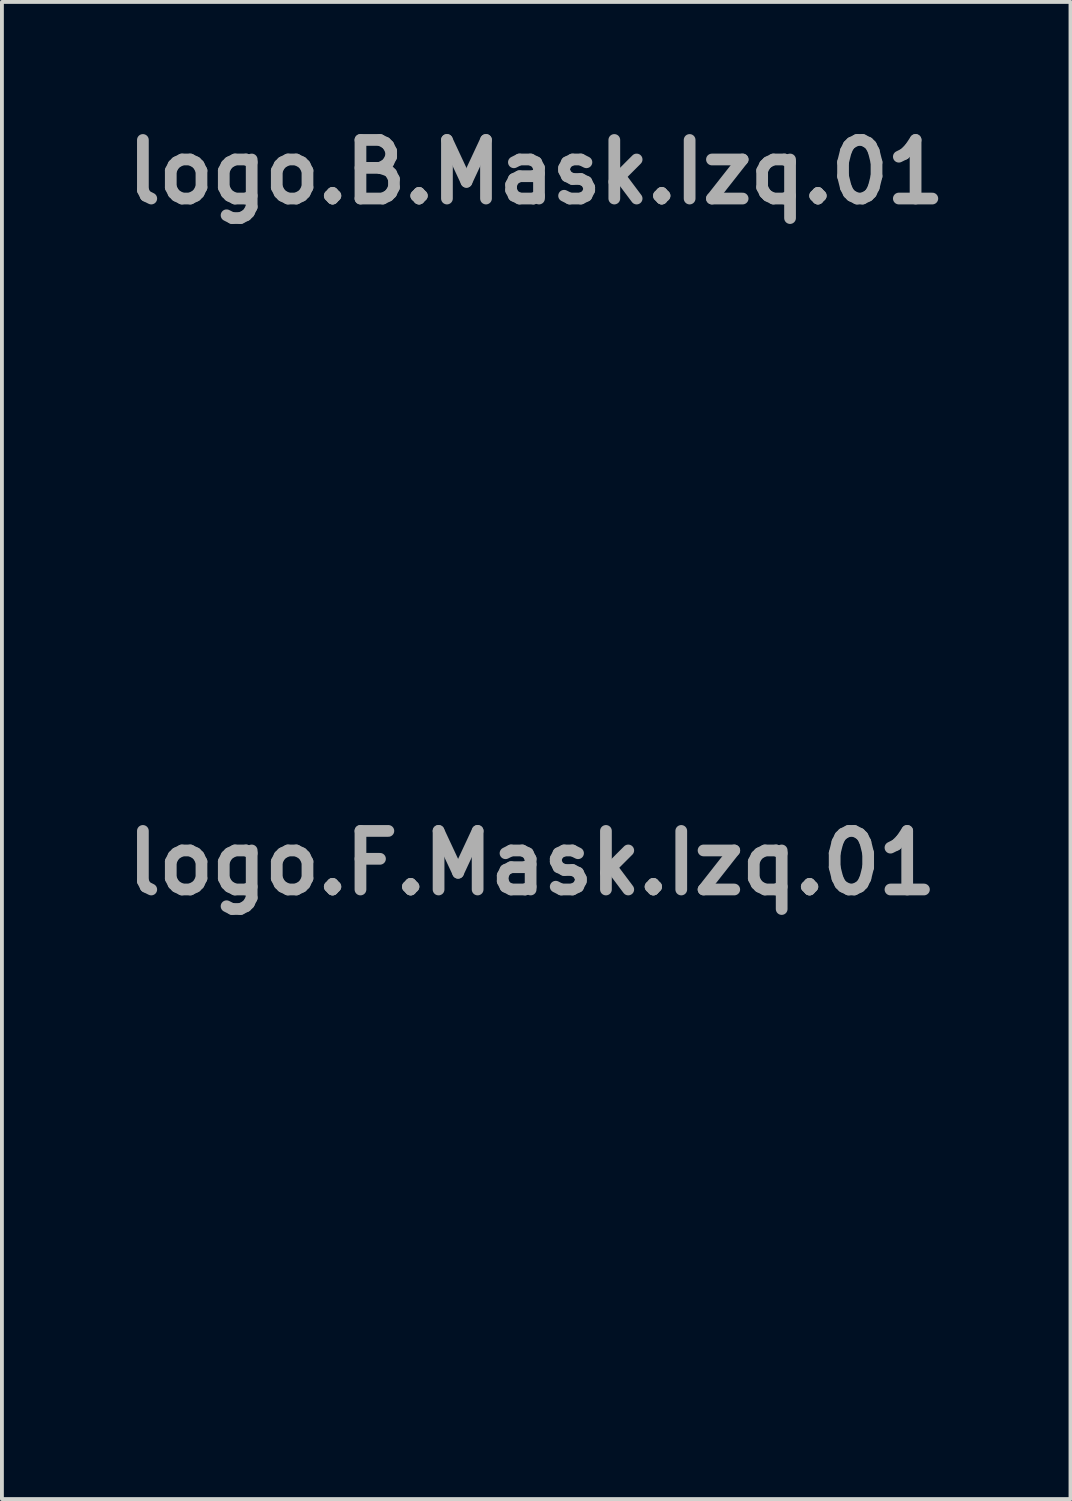
<source format=kicad_pcb>
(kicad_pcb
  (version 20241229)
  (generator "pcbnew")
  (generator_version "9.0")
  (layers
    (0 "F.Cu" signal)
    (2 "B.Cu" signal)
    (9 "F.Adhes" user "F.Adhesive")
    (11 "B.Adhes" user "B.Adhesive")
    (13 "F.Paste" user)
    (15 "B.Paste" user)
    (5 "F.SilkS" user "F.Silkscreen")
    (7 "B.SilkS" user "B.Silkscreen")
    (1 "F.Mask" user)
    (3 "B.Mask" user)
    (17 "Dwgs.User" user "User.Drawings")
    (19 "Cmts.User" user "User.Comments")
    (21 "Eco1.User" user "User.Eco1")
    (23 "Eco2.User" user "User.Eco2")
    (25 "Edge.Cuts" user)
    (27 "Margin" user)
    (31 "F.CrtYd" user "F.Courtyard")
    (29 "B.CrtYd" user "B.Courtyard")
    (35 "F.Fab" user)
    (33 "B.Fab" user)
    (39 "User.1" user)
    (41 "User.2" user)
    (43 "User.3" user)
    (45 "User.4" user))
  (footprint "logo.F.Mask.Izq.01"
    (layer "F.Cu")
    (at 10.791 27.667)
    (property "Reference" "logo.F.Mask.Izq.01" (at 0 -8.265 0) (layer "F.Fab") (effects (font (size 1.524 1.524) (thickness 0.305))))
    (attr smd)
    (fp_poly (pts (xy -1.987 5.085) (xy -2.551 4.943) (xy -3.405 1.006) (xy -3.228 1.006) (xy -3.052 1.006) (xy -2.876 1.006) (xy -2.699 1.006) (xy -2.523 1.006) (xy -2.346 1.006) (xy -2.17 1.006) (xy -1.994 1.006) (xy -1.817 1.006) (xy -1.641 1.006) (xy -1.464 1.006) (xy -1.288 1.006) (xy -1.112 1.006) (xy -0.935 1.006) (xy -0.759 1.006) (xy -0.583 1.006) (xy -0.406 1.006) (xy -0.23 1.006) (xy -0.053 1.006) (xy 0.123 1.006) (xy 0.299 1.006) (xy 0.476 1.006) (xy 0.652 1.006) (xy 0.829 1.006) (xy 1.005 1.006) (xy 1.181 1.006) (xy 1.358 1.006) (xy 1.534 1.006) (xy 1.711 1.006) (xy 1.887 1.006) (xy 2.063 1.006) (xy 2.24 1.006) (xy 2.24 0.939) (xy 2.24 0.873) (xy 2.24 0.807) (xy 2.24 0.741) (xy 2.24 0.675) (xy 2.24 0.609) (xy 2.24 0.542) (xy 2.24 0.476) (xy 2.24 0.41) (xy 2.24 0.344) (xy 2.24 0.278) (xy 2.24 0.212) (xy 2.24 0.146) (xy 2.24 0.079) (xy 2.24 0.013) (xy 2.24 -0.053) (xy 2.24 -0.119) (xy 2.24 -0.185) (xy 2.24 -0.251) (xy 2.24 -0.317) (xy 2.24 -0.384) (xy 2.24 -0.45) (xy 2.24 -0.516) (xy 2.24 -0.582) (xy 2.24 -0.648) (xy 2.24 -0.714) (xy 2.24 -0.78) (xy 2.24 -0.847) (xy 2.24 -0.913) (xy 2.24 -0.979) (xy 2.24 -1.045) (xy 2.24 -1.111) (xy 2.063 -1.111) (xy 1.887 -1.111) (xy 1.711 -1.111) (xy 1.534 -1.111) (xy 1.358 -1.111) (xy 1.181 -1.111) (xy 1.005 -1.111) (xy 0.829 -1.111) (xy 0.652 -1.111) (xy 0.476 -1.111) (xy 0.299 -1.111) (xy 0.123 -1.111) (xy -0.053 -1.111) (xy -0.23 -1.111) (xy -0.406 -1.111) (xy -0.583 -1.111) (xy -0.759 -1.111) (xy -0.935 -1.111) (xy -1.112 -1.111) (xy -1.288 -1.111) (xy -1.464 -1.111) (xy -1.641 -1.111) (xy -1.817 -1.111) (xy -1.994 -1.111) (xy -2.17 -1.111) (xy -2.346 -1.111) (xy -2.523 -1.111) (xy -2.699 -1.111) (xy -2.876 -1.111) (xy -3.052 -1.111) (xy -3.228 -1.111) (xy -3.405 -1.111) (xy -3.405 -1.045) (xy -3.405 -0.979) (xy -3.405 -0.913) (xy -3.405 -0.847) (xy -3.405 -0.78) (xy -3.405 -0.714) (xy -3.405 -0.648) (xy -3.405 -0.582) (xy -3.405 -0.516) (xy -3.405 -0.45) (xy -3.405 -0.384) (xy -3.405 -0.317) (xy -3.405 -0.251) (xy -3.405 -0.185) (xy -3.405 -0.119) (xy -3.405 -0.053) (xy -3.405 0.013) (xy -3.405 0.079) (xy -3.405 0.146) (xy -3.405 0.212) (xy -3.405 0.278) (xy -3.405 0.344) (xy -3.405 0.41) (xy -3.405 0.476) (xy -3.405 0.542) (xy -3.405 0.609) (xy -3.405 0.675) (xy -3.405 0.741) (xy -3.405 0.807) (xy -3.405 0.873) (xy -3.405 0.939) (xy -3.405 1.006) (xy -2.551 4.943) (xy -3.085 4.748) (xy -3.587 4.502) (xy -4.055 4.21) (xy -4.486 3.876) (xy -4.878 3.503) (xy -5.229 3.096) (xy -5.535 2.658) (xy -5.795 2.193) (xy -6.006 1.705) (xy -6.166 1.199) (xy -6.272 0.677) (xy -6.321 0.144) (xy -6.312 -0.396) (xy -6.241 -0.939) (xy -6.107 -1.482) (xy -5.959 -1.904) (xy -5.78 -2.304) (xy -5.573 -2.682) (xy -5.338 -3.037) (xy -5.076 -3.368) (xy -4.79 -3.675) (xy -4.478 -3.957) (xy -4.144 -4.212) (xy -3.788 -4.441) (xy -3.412 -4.642) (xy -3.015 -4.814) (xy -2.601 -4.957) (xy -2.169 -5.069) (xy -1.722 -5.151) (xy -1.259 -5.2) (xy -0.783 -5.217) (xy -0.332 -5.202) (xy 0.112 -5.155) (xy 0.547 -5.077) (xy 0.975 -4.967) (xy 1.396 -4.825) (xy 1.809 -4.651) (xy 2.216 -4.446) (xy 2.617 -4.208) (xy 3.011 -3.937) (xy 3.399 -3.634) (xy 3.781 -3.299) (xy 4.158 -2.93) (xy 4.529 -2.529) (xy 4.895 -2.094) (xy 5.256 -1.626) (xy 5.613 -1.124) (xy 5.658 -1.059) (xy 5.702 -0.994) (xy 5.747 -0.928) (xy 5.792 -0.863) (xy 5.836 -0.798) (xy 5.881 -0.732) (xy 5.926 -0.667) (xy 5.97 -0.602) (xy 6.015 -0.536) (xy 6.06 -0.471) (xy 6.104 -0.406) (xy 6.149 -0.341) (xy 6.194 -0.275) (xy 6.238 -0.21) (xy 6.283 -0.145) (xy 6.328 -0.079) (xy 6.309 -0.048) (xy 6.29 -0.016) (xy 6.271 0.016) (xy 6.252 0.048) (xy 6.233 0.079) (xy 6.214 0.111) (xy 6.195 0.143) (xy 6.176 0.174) (xy 6.157 0.206) (xy 6.138 0.238) (xy 6.119 0.269) (xy 6.1 0.301) (xy 6.081 0.333) (xy 6.062 0.364) (xy 6.043 0.396) (xy 6.023 0.428) (xy 5.735 0.887) (xy 5.431 1.329) (xy 5.113 1.752) (xy 4.782 2.156) (xy 4.439 2.539) (xy 4.087 2.9) (xy 3.725 3.239) (xy 3.356 3.555) (xy 2.98 3.845) (xy 2.599 4.11) (xy 2.214 4.348) (xy 1.827 4.557) (xy 1.439 4.738) (xy 1.051 4.889) (xy 0.664 5.009) (xy 0.28 5.097) (xy 0.12 5.126) (xy -0.032 5.15) (xy -0.179 5.171) (xy -0.319 5.188) (xy -0.456 5.201) (xy -0.589 5.21) (xy -0.721 5.216) (xy -0.851 5.217) (xy -0.981 5.214) (xy -1.113 5.208) (xy -1.247 5.197) (xy -1.384 5.183) (xy -1.525 5.164) (xy -1.672 5.142) (xy -1.826 5.115) (xy -1.987 5.085) (xy -1.987 5.085) (xy -1.987 5.085) (xy -1.987 5.085) (xy -1.987 5.085) (xy -1.987 5.085)) (stroke (width 0.133) (type solid)) (fill yes) (layer "F.Mask")))
  (footprint "logo.B.Mask.Izq.01"
    (layer "F.Cu")
    (at 10.9 9.691)
    (property "Reference" "logo.B.Mask.Izq.01" (at 0 -8.265 0) (layer "F.Fab") (effects (font (size 1.524 1.524) (thickness 0.305))))
    (attr smd)
    (fp_poly (pts (xy -1.989 5.085) (xy -2.061 5.07) (xy -2.132 5.055) (xy -2.203 5.038) (xy -2.274 5.021) (xy -2.344 5.003) (xy -2.414 4.984) (xy -2.483 4.964) (xy -2.552 4.943) (xy -2.621 4.922) (xy -2.689 4.899) (xy -2.756 4.876) (xy -2.823 4.852) (xy -2.89 4.827) (xy -2.956 4.801) (xy -3.021 4.775) (xy -3.086 4.748) (xy -3.151 4.72) (xy -3.215 4.691) (xy -3.279 4.661) (xy -3.342 4.631) (xy -3.404 4.6) (xy -3.466 4.568) (xy -3.528 4.535) (xy -3.589 4.502) (xy -3.649 4.468) (xy -3.709 4.433) (xy -3.768 4.398) (xy -3.827 4.362) (xy -3.885 4.325) (xy -3.943 4.287) (xy -4 4.249) (xy -4.057 4.21) (xy -4.113 4.171) (xy -4.168 4.13) (xy -4.223 4.089) (xy -4.277 4.048) (xy -4.331 4.006) (xy -4.384 3.963) (xy -4.436 3.92) (xy -4.488 3.876) (xy -4.539 3.831) (xy -4.59 3.786) (xy -4.64 3.74) (xy -4.689 3.694) (xy -4.738 3.647) (xy -4.786 3.6) (xy -4.833 3.552) (xy -4.88 3.503) (xy -4.926 3.454) (xy -4.972 3.404) (xy -5.017 3.354) (xy -5.061 3.303) (xy -5.104 3.252) (xy -5.147 3.201) (xy -5.189 3.148) (xy -5.231 3.096) (xy -5.271 3.043) (xy -5.311 2.989) (xy -5.351 2.935) (xy -5.389 2.88) (xy -5.427 2.825) (xy -5.465 2.77) (xy -5.501 2.714) (xy -5.537 2.658) (xy -5.572 2.601) (xy -5.606 2.544) (xy -5.64 2.486) (xy -5.673 2.428) (xy -5.705 2.37) (xy -5.736 2.311) (xy -5.767 2.252) (xy -5.797 2.193) (xy -5.826 2.133) (xy -5.854 2.073) (xy -5.882 2.013) (xy -5.909 1.952) (xy -5.935 1.891) (xy -5.96 1.829) (xy -5.984 1.767) (xy -6.008 1.705) (xy -6.031 1.643) (xy -6.053 1.58) (xy -6.074 1.517) (xy -6.094 1.454) (xy -6.114 1.391) (xy -6.133 1.327) (xy -6.15 1.263) (xy -6.167 1.199) (xy -6.184 1.134) (xy -6.199 1.07) (xy -6.214 1.005) (xy -6.227 0.94) (xy -6.24 0.874) (xy -6.252 0.809) (xy -6.263 0.743) (xy -6.273 0.677) (xy -6.283 0.611) (xy -6.291 0.545) (xy -6.298 0.478) (xy -6.305 0.412) (xy -6.311 0.345) (xy -6.316 0.278) (xy -6.32 0.211) (xy -6.323 0.144) (xy -6.325 0.077) (xy -6.326 0.01) (xy -6.326 -0.058) (xy -6.325 -0.125) (xy -6.324 -0.193) (xy -6.321 -0.26) (xy -6.318 -0.328) (xy -6.313 -0.396) (xy -6.308 -0.464) (xy -6.302 -0.532) (xy -6.294 -0.599) (xy -6.286 -0.667) (xy -6.277 -0.735) (xy -6.266 -0.803) (xy -6.255 -0.871) (xy -6.243 -0.939) (xy -6.23 -1.007) (xy -6.215 -1.075) (xy -6.2 -1.143) (xy -6.184 -1.211) (xy -6.167 -1.279) (xy -6.148 -1.347) (xy -6.129 -1.415) (xy -6.109 -1.482) (xy -6.092 -1.536) (xy -6.075 -1.59) (xy -6.057 -1.643) (xy -6.038 -1.696) (xy -6.02 -1.748) (xy -6 -1.8) (xy -5.981 -1.852) (xy -5.96 -1.904) (xy -5.94 -1.955) (xy -5.919 -2.006) (xy -5.897 -2.056) (xy -5.875 -2.106) (xy -5.852 -2.156) (xy -5.829 -2.206) (xy -5.806 -2.255) (xy -5.782 -2.304) (xy -5.758 -2.352) (xy -5.733 -2.4) (xy -5.708 -2.448) (xy -5.682 -2.495) (xy -5.656 -2.542) (xy -5.629 -2.589) (xy -5.602 -2.636) (xy -5.575 -2.682) (xy -5.547 -2.727) (xy -5.518 -2.772) (xy -5.49 -2.817) (xy -5.461 -2.862) (xy -5.431 -2.906) (xy -5.401 -2.95) (xy -5.371 -2.994) (xy -5.34 -3.037) (xy -5.308 -3.079) (xy -5.277 -3.122) (xy -5.245 -3.164) (xy -5.212 -3.205) (xy -5.179 -3.247) (xy -5.146 -3.288) (xy -5.112 -3.328) (xy -5.078 -3.368) (xy -5.044 -3.408) (xy -5.009 -3.447) (xy -4.973 -3.486) (xy -4.938 -3.525) (xy -4.902 -3.563) (xy -4.865 -3.601) (xy -4.828 -3.638) (xy -4.791 -3.675) (xy -4.754 -3.712) (xy -4.716 -3.748) (xy -4.677 -3.784) (xy -4.639 -3.819) (xy -4.599 -3.854) (xy -4.56 -3.889) (xy -4.52 -3.923) (xy -4.48 -3.957) (xy -4.44 -3.99) (xy -4.399 -4.023) (xy -4.357 -4.056) (xy -4.316 -4.088) (xy -4.274 -4.12) (xy -4.232 -4.151) (xy -4.189 -4.182) (xy -4.146 -4.212) (xy -4.103 -4.242) (xy -4.059 -4.272) (xy -4.015 -4.301) (xy -3.971 -4.33) (xy -3.926 -4.358) (xy -3.881 -4.386) (xy -3.836 -4.414) (xy -3.79 -4.441) (xy -3.744 -4.468) (xy -3.698 -4.494) (xy -3.651 -4.52) (xy -3.604 -4.545) (xy -3.557 -4.57) (xy -3.509 -4.594) (xy -3.461 -4.618) (xy -3.413 -4.642) (xy -3.365 -4.665) (xy -3.316 -4.687) (xy -3.267 -4.71) (xy -3.217 -4.731) (xy -3.168 -4.753) (xy -3.118 -4.774) (xy -3.068 -4.794) (xy -3.017 -4.814) (xy -2.966 -4.833) (xy -2.915 -4.852) (xy -2.864 -4.871) (xy -2.812 -4.889) (xy -2.76 -4.907) (xy -2.708 -4.924) (xy -2.655 -4.941) (xy -2.602 -4.957) (xy -2.549 -4.972) (xy -2.496 -4.988) (xy -2.443 -5.003) (xy -2.389 -5.017) (xy -2.335 -5.031) (xy -2.28 -5.044) (xy -2.226 -5.057) (xy -2.171 -5.069) (xy -2.116 -5.081) (xy -2.06 -5.093) (xy -2.005 -5.103) (xy -1.949 -5.114) (xy -1.893 -5.124) (xy -1.836 -5.133) (xy -1.78 -5.142) (xy -1.723 -5.151) (xy -1.666 -5.159) (xy -1.609 -5.166) (xy -1.551 -5.173) (xy -1.494 -5.179) (xy -1.436 -5.185) (xy -1.378 -5.191) (xy -1.319 -5.196) (xy -1.261 -5.2) (xy -1.202 -5.204) (xy -1.143 -5.207) (xy -1.084 -5.21) (xy -1.024 -5.213) (xy -0.965 -5.215) (xy -0.905 -5.216) (xy -0.845 -5.217) (xy -0.785 -5.217) (xy -0.728 -5.217) (xy -0.671 -5.216) (xy -0.614 -5.215) (xy -0.558 -5.213) (xy -0.502 -5.211) (xy -0.445 -5.208) (xy -0.389 -5.205) (xy -0.333 -5.202) (xy -0.277 -5.197) (xy -0.222 -5.193) (xy -0.166 -5.188) (xy -0.111 -5.182) (xy -0.055 -5.176) (xy -0.000182 -5.169) (xy 0.055 -5.162) (xy 0.11 -5.155) (xy 0.165 -5.147) (xy 0.219 -5.138) (xy 0.274 -5.129) (xy 0.329 -5.12) (xy 0.383 -5.11) (xy 0.437 -5.099) (xy 0.491 -5.088) (xy 0.545 -5.077) (xy 0.599 -5.065) (xy 0.653 -5.052) (xy 0.707 -5.039) (xy 0.76 -5.026) (xy 0.814 -5.012) (xy 0.867 -4.997) (xy 0.92 -4.982) (xy 0.973 -4.967) (xy 1.026 -4.951) (xy 1.079 -4.934) (xy 1.132 -4.917) (xy 1.185 -4.9) (xy 1.237 -4.882) (xy 1.29 -4.863) (xy 1.342 -4.844) (xy 1.394 -4.825) (xy 1.446 -4.805) (xy 1.498 -4.785) (xy 1.55 -4.764) (xy 1.602 -4.742) (xy 1.653 -4.72) (xy 1.705 -4.698) (xy 1.756 -4.675) (xy 1.808 -4.651) (xy 1.859 -4.627) (xy 1.91 -4.603) (xy 1.961 -4.578) (xy 2.012 -4.553) (xy 2.063 -4.527) (xy 2.114 -4.5) (xy 2.164 -4.473) (xy 2.215 -4.446) (xy 2.265 -4.418) (xy 2.315 -4.389) (xy 2.366 -4.36) (xy 2.416 -4.331) (xy 2.466 -4.301) (xy 2.516 -4.27) (xy 2.565 -4.239) (xy 2.615 -4.208) (xy 2.665 -4.176) (xy 2.714 -4.143) (xy 2.764 -4.11) (xy 2.813 -4.077) (xy 2.862 -4.042) (xy 2.911 -4.008) (xy 2.96 -3.973) (xy 3.009 -3.937) (xy 3.058 -3.901) (xy 3.107 -3.865) (xy 3.155 -3.828) (xy 3.204 -3.79) (xy 3.252 -3.752) (xy 3.301 -3.713) (xy 3.349 -3.674) (xy 3.397 -3.634) (xy 3.445 -3.594) (xy 3.493 -3.554) (xy 3.541 -3.512) (xy 3.589 -3.471) (xy 3.637 -3.428) (xy 3.684 -3.386) (xy 3.732 -3.342) (xy 3.779 -3.299) (xy 3.827 -3.254) (xy 3.874 -3.21) (xy 3.921 -3.164) (xy 3.968 -3.119) (xy 4.015 -3.072) (xy 4.062 -3.025) (xy 4.109 -2.978) (xy 4.156 -2.93) (xy 4.203 -2.882) (xy 4.249 -2.833) (xy 4.296 -2.783) (xy 4.342 -2.734) (xy 4.389 -2.683) (xy 4.435 -2.632) (xy 4.481 -2.581) (xy 4.527 -2.529) (xy 4.573 -2.476) (xy 4.619 -2.423) (xy 4.665 -2.37) (xy 4.711 -2.315) (xy 4.757 -2.261) (xy 4.802 -2.206) (xy 4.848 -2.15) (xy 4.893 -2.094) (xy 4.939 -2.037) (xy 4.984 -1.98) (xy 5.029 -1.922) (xy 5.075 -1.864) (xy 5.12 -1.805) (xy 5.165 -1.746) (xy 5.21 -1.686) (xy 5.255 -1.626) (xy 5.3 -1.565) (xy 5.344 -1.504) (xy 5.389 -1.442) (xy 5.434 -1.379) (xy 5.478 -1.316) (xy 5.523 -1.253) (xy 5.567 -1.189) (xy 5.611 -1.124) (xy 5.656 -1.059) (xy 5.701 -0.994) (xy 5.745 -0.928) (xy 5.79 -0.863) (xy 5.835 -0.798) (xy 5.879 -0.732) (xy 5.924 -0.667) (xy 5.969 -0.602) (xy 6.013 -0.536) (xy 6.058 -0.471) (xy 6.103 -0.406) (xy 6.148 -0.341) (xy 6.192 -0.275) (xy 6.237 -0.21) (xy 6.282 -0.145) (xy 6.326 -0.079) (xy 6.307 -0.048) (xy 6.288 -0.016) (xy 6.269 0.016) (xy 6.25 0.048) (xy 6.231 0.079) (xy 6.212 0.111) (xy 6.193 0.143) (xy 6.174 0.174) (xy 6.155 0.206) (xy 6.136 0.238) (xy 6.117 0.269) (xy 6.098 0.301) (xy 6.079 0.333) (xy 6.06 0.364) (xy 6.041 0.396) (xy 6.022 0.428) (xy 5.951 0.544) (xy 5.88 0.66) (xy 5.807 0.774) (xy 5.733 0.887) (xy 5.659 0.999) (xy 5.583 1.11) (xy 5.507 1.22) (xy 5.429 1.329) (xy 5.39 1.382) (xy 5.351 1.436) (xy 5.312 1.489) (xy 5.272 1.543) (xy 5.232 1.595) (xy 5.192 1.648) (xy 5.152 1.7) (xy 5.111 1.752) (xy 5.071 1.803) (xy 5.03 1.855) (xy 4.989 1.906) (xy 4.947 1.956) (xy 4.906 2.006) (xy 4.864 2.056) (xy 4.822 2.106) (xy 4.78 2.156) (xy 4.738 2.205) (xy 4.696 2.253) (xy 4.653 2.302) (xy 4.61 2.35) (xy 4.568 2.397) (xy 4.524 2.445) (xy 4.481 2.492) (xy 4.438 2.539) (xy 4.394 2.585) (xy 4.351 2.631) (xy 4.307 2.677) (xy 4.263 2.722) (xy 4.218 2.767) (xy 4.174 2.812) (xy 4.13 2.856) (xy 4.085 2.9) (xy 4.04 2.944) (xy 3.995 2.987) (xy 3.95 3.03) (xy 3.905 3.073) (xy 3.86 3.115) (xy 3.815 3.157) (xy 3.769 3.198) (xy 3.723 3.239) (xy 3.678 3.28) (xy 3.632 3.32) (xy 3.586 3.36) (xy 3.54 3.4) (xy 3.493 3.439) (xy 3.447 3.478) (xy 3.401 3.516) (xy 3.354 3.555) (xy 3.307 3.592) (xy 3.261 3.629) (xy 3.214 3.666) (xy 3.167 3.703) (xy 3.12 3.739) (xy 3.073 3.775) (xy 3.026 3.81) (xy 2.978 3.845) (xy 2.931 3.88) (xy 2.883 3.914) (xy 2.836 3.947) (xy 2.788 3.981) (xy 2.741 4.014) (xy 2.693 4.046) (xy 2.645 4.078) (xy 2.597 4.11) (xy 2.55 4.141) (xy 2.502 4.172) (xy 2.454 4.202) (xy 2.406 4.232) (xy 2.357 4.262) (xy 2.309 4.291) (xy 2.261 4.319) (xy 2.213 4.348) (xy 2.165 4.375) (xy 2.116 4.403) (xy 2.068 4.43) (xy 2.02 4.456) (xy 1.971 4.482) (xy 1.923 4.508) (xy 1.874 4.533) (xy 1.826 4.557) (xy 1.777 4.582) (xy 1.729 4.605) (xy 1.68 4.629) (xy 1.632 4.652) (xy 1.583 4.674) (xy 1.535 4.696) (xy 1.486 4.717) (xy 1.438 4.738) (xy 1.389 4.759) (xy 1.34 4.779) (xy 1.292 4.799) (xy 1.243 4.818) (xy 1.195 4.836) (xy 1.146 4.854) (xy 1.098 4.872) (xy 1.049 4.889) (xy 1.001 4.906) (xy 0.952 4.922) (xy 0.904 4.938) (xy 0.856 4.953) (xy 0.807 4.968) (xy 0.759 4.982) (xy 0.711 4.996) (xy 0.663 5.009) (xy 0.614 5.022) (xy 0.566 5.034) (xy 0.518 5.046) (xy 0.47 5.057) (xy 0.422 5.068) (xy 0.374 5.078) (xy 0.326 5.088) (xy 0.279 5.097) (xy 0.258 5.101) (xy 0.238 5.105) (xy 0.218 5.108) (xy 0.198 5.112) (xy 0.178 5.115) (xy 0.158 5.119) (xy 0.138 5.122) (xy 0.119 5.126) (xy 0.099 5.129) (xy 0.08 5.132) (xy 0.061 5.135) (xy 0.041 5.139) (xy 0.022 5.142) (xy 0.003 5.145) (xy -0.015 5.148) (xy -0.034 5.15) (xy -0.053 5.153) (xy -0.071 5.156) (xy -0.09 5.159) (xy -0.108 5.161) (xy -0.126 5.164) (xy -0.144 5.167) (xy -0.162 5.169) (xy -0.18 5.172) (xy -0.198 5.174) (xy -0.216 5.176) (xy -0.234 5.178) (xy -0.251 5.181) (xy -0.269 5.183) (xy -0.286 5.185) (xy -0.304 5.187) (xy -0.321 5.189) (xy -0.338 5.19) (xy -0.355 5.192) (xy -0.373 5.194) (xy -0.39 5.196) (xy -0.407 5.197) (xy -0.424 5.199) (xy -0.441 5.2) (xy -0.458 5.201) (xy -0.474 5.203) (xy -0.491 5.204) (xy -0.508 5.205) (xy -0.525 5.207) (xy -0.541 5.208) (xy -0.558 5.209) (xy -0.574 5.21) (xy -0.591 5.211) (xy -0.607 5.211) (xy -0.624 5.212) (xy -0.64 5.213) (xy -0.657 5.214) (xy -0.673 5.214) (xy -0.69 5.215) (xy -0.706 5.215) (xy -0.722 5.216) (xy -0.739 5.216) (xy -0.755 5.216) (xy -0.771 5.217) (xy -0.788 5.217) (xy -0.804 5.217) (xy -0.82 5.217) (xy -0.836 5.217) (xy -0.853 5.217) (xy -0.869 5.217) (xy -0.885 5.217) (xy -0.902 5.216) (xy -0.918 5.216) (xy -0.934 5.216) (xy -0.95 5.216) (xy -0.967 5.215) (xy -0.983 5.214) (xy -0.999 5.214) (xy -1.016 5.213) (xy -1.032 5.212) (xy -1.049 5.212) (xy -1.065 5.211) (xy -1.082 5.21) (xy -1.098 5.209) (xy -1.115 5.208) (xy -1.131 5.206) (xy -1.148 5.205) (xy -1.165 5.204) (xy -1.181 5.203) (xy -1.198 5.201) (xy -1.215 5.2) (xy -1.232 5.199) (xy -1.248 5.197) (xy -1.265 5.195) (xy -1.282 5.194) (xy -1.299 5.192) (xy -1.317 5.19) (xy -1.334 5.188) (xy -1.351 5.186) (xy -1.368 5.184) (xy -1.386 5.182) (xy -1.403 5.181) (xy -1.42 5.178) (xy -1.438 5.176) (xy -1.456 5.174) (xy -1.473 5.171) (xy -1.491 5.169) (xy -1.509 5.166) (xy -1.527 5.164) (xy -1.545 5.161) (xy -1.563 5.159) (xy -1.582 5.156) (xy -1.6 5.153) (xy -1.618 5.15) (xy -1.637 5.147) (xy -1.655 5.144) (xy -1.674 5.141) (xy -1.693 5.138) (xy -1.712 5.135) (xy -1.731 5.132) (xy -1.75 5.129) (xy -1.769 5.125) (xy -1.789 5.122) (xy -1.808 5.119) (xy -1.828 5.115) (xy -1.847 5.111) (xy -1.867 5.108) (xy -1.887 5.104) (xy -1.907 5.1) (xy -1.927 5.096) (xy -1.948 5.093) (xy -1.968 5.089) (xy -1.989 5.085) (xy -1.989 5.085) (xy -1.989 5.085) (xy -1.989 5.085) (xy -1.989 5.085) (xy -1.989 5.085) (xy -1.989 5.085) (xy -1.989 5.085) (xy -1.989 5.085) (xy -1.989 5.085) (xy -1.989 5.085) (xy -1.989 5.085) (xy -1.989 5.085)) (stroke (width 0.133) (type solid)) (fill yes) (layer "F.Mask")))
  (gr_rect
    (start -3 -3)
    (end 24.8 35.95)
    (stroke (width 0.1) (type default))
    (fill no)
    (layer "Edge.Cuts")))
</source>
